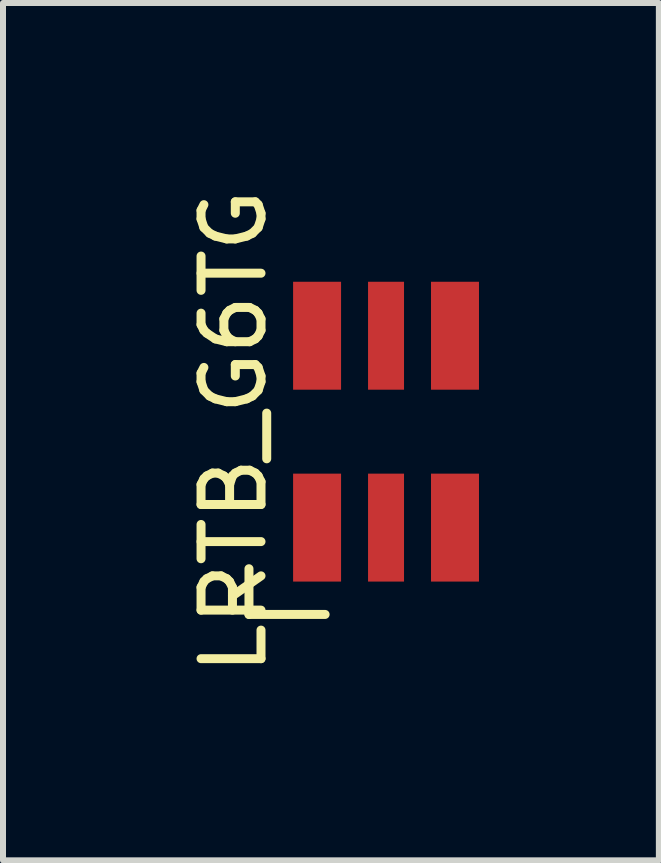
<source format=kicad_pcb>
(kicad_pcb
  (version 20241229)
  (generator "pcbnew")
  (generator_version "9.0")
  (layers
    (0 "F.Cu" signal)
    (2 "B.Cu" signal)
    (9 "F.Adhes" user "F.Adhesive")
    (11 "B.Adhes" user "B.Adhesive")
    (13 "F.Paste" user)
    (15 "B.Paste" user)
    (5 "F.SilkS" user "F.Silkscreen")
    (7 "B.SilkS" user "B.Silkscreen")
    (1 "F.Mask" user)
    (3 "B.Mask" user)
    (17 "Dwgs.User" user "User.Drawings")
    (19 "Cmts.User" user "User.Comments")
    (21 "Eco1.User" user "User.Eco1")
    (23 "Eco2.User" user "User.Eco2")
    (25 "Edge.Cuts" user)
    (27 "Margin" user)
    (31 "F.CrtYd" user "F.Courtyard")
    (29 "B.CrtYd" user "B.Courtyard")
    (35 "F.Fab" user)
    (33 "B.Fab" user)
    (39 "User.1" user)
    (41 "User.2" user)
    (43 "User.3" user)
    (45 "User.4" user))
  (footprint "LRTB_G6TG"
    (layer "F.Cu")
    (at 3.388 4.149)
    (property "Reference" "LRTB_G6TG" (at -2.54 0 90) (layer "F.SilkS") (effects (font (size 1 1) (thickness 0.15))))
    (attr through_hole)
    (fp_line (start -2.286 2.286) (end -2.286 3.048) (stroke (width 0.15) (type solid)) (layer "F.SilkS"))
    (fp_line (start -2.286 3.048) (end -1.016 3.048) (stroke (width 0.15) (type solid)) (layer "F.SilkS"))
    (pad "1" smd rect (at -1.15 -1.6) (size 0.8 1.8) (layers "F.Cu" "F.Mask" "F.Paste"))
    (pad "2" smd rect (at 0 1.6) (size 0.6 1.8) (layers "F.Cu" "F.Mask" "F.Paste"))
    (pad "3" smd rect (at 0 -1.6) (size 0.6 1.8) (layers "F.Cu" "F.Mask" "F.Paste"))
    (pad "4" smd rect (at 1.15 -1.6) (size 0.8 1.8) (layers "F.Cu" "F.Mask" "F.Paste"))
    (pad "5" smd rect (at 1.15 1.6) (size 0.8 1.8) (layers "F.Cu" "F.Mask" "F.Paste"))
    (pad "6" smd rect (at -1.15 1.6) (size 0.8 1.8) (layers "F.Cu" "F.Mask" "F.Paste")))
  (gr_rect
    (start -3 -3)
    (end 7.938 11.298)
    (stroke (width 0.1) (type default))
    (fill no)
    (layer "Edge.Cuts")))
</source>
